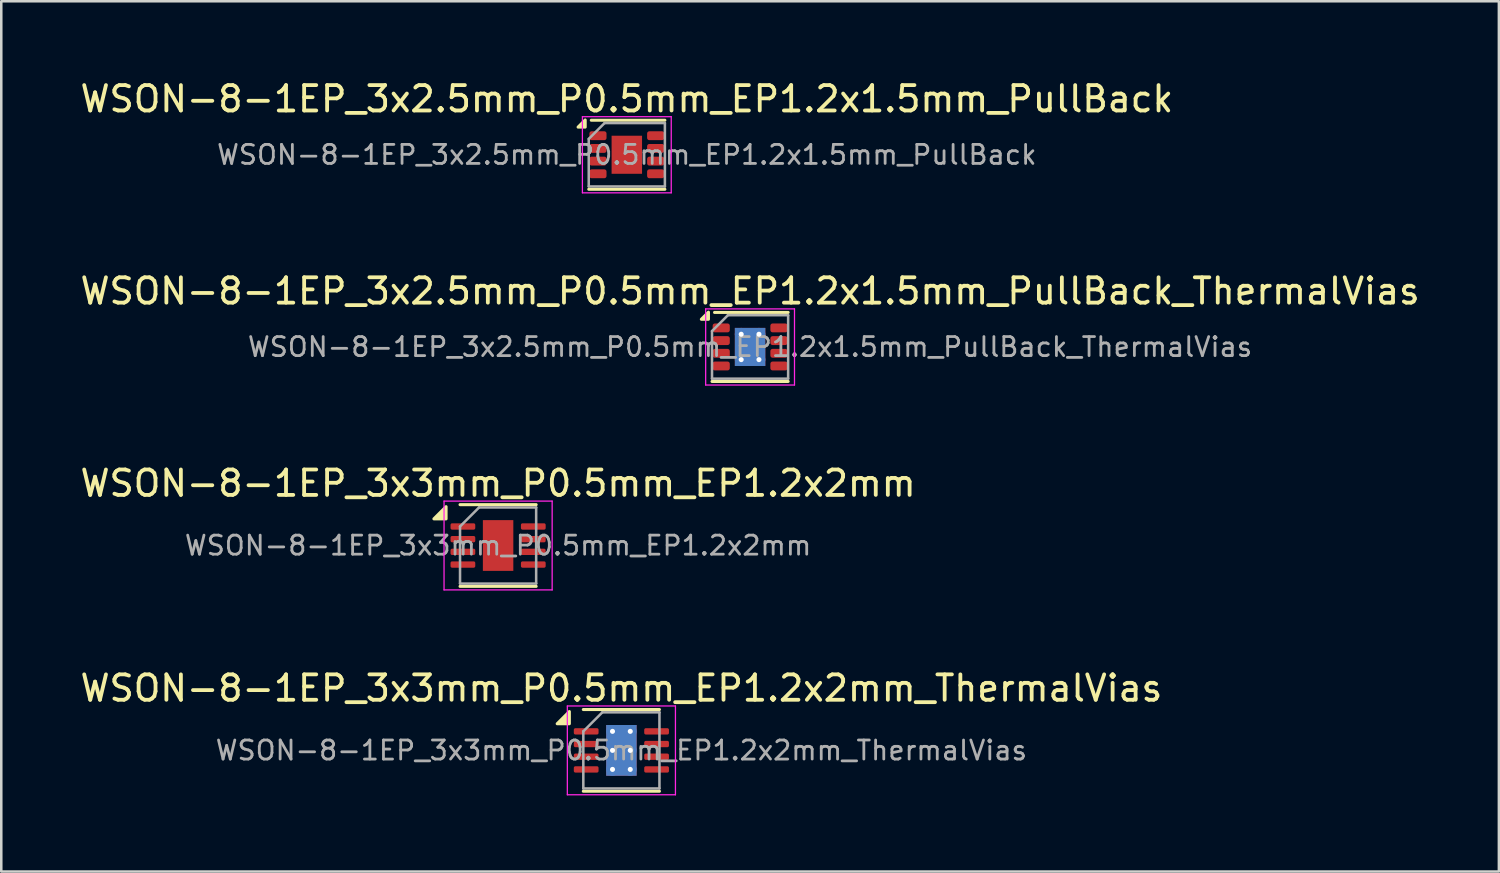
<source format=kicad_pcb>
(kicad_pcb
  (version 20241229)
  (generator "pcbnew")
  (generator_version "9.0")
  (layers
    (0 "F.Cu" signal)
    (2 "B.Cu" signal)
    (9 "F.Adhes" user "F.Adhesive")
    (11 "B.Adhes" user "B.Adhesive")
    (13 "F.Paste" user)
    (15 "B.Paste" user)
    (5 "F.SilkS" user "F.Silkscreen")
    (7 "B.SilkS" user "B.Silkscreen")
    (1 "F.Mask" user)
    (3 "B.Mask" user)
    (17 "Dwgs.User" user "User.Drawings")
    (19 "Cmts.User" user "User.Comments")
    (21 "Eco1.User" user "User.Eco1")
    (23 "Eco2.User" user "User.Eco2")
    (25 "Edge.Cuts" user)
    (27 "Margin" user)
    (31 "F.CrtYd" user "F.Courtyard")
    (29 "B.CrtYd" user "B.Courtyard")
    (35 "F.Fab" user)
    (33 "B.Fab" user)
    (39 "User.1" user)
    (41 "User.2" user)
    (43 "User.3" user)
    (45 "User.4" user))
  (footprint "WSON-8-1EP_3x3mm_P0.5mm_EP1.2x2mm"
    (layer "F.Cu")
    (at 16.577 18.445)
    (property "Reference" "WSON-8-1EP_3x3mm_P0.5mm_EP1.2x2mm" (at 0 -2.45 0) (layer "F.SilkS") (effects (font (size 1 1) (thickness 0.15))))
    (attr smd)
    (fp_line (start -1.5 -1.61) (end 1.5 -1.61) (stroke (width 0.12) (type solid)) (layer "F.SilkS"))
    (fp_line (start -1.5 1.61) (end 1.5 1.61) (stroke (width 0.12) (type solid)) (layer "F.SilkS"))
    (fp_poly (pts (xy -2.05 -1.05) (xy -2.53 -1.05) (xy -2.05 -1.53) (xy -2.05 -1.05)) (stroke (width 0.12) (type solid)) (fill yes) (layer "F.SilkS"))
    (fp_line (start -2.13 -1.75) (end -2.13 1.75) (stroke (width 0.05) (type solid)) (layer "F.CrtYd"))
    (fp_line (start -2.13 1.75) (end 2.13 1.75) (stroke (width 0.05) (type solid)) (layer "F.CrtYd"))
    (fp_line (start 2.13 -1.75) (end -2.13 -1.75) (stroke (width 0.05) (type solid)) (layer "F.CrtYd"))
    (fp_line (start 2.13 1.75) (end 2.13 -1.75) (stroke (width 0.05) (type solid)) (layer "F.CrtYd"))
    (fp_line (start -1.5 -0.75) (end -0.75 -1.5) (stroke (width 0.1) (type solid)) (layer "F.Fab"))
    (fp_line (start -1.5 1.5) (end -1.5 -0.75) (stroke (width 0.1) (type solid)) (layer "F.Fab"))
    (fp_line (start -0.75 -1.5) (end 1.5 -1.5) (stroke (width 0.1) (type solid)) (layer "F.Fab"))
    (fp_line (start 1.5 -1.5) (end 1.5 1.5) (stroke (width 0.1) (type solid)) (layer "F.Fab"))
    (fp_line (start 1.5 1.5) (end -1.5 1.5) (stroke (width 0.1) (type solid)) (layer "F.Fab"))
    (fp_text user "${REFERENCE}" (at 0 0 0) (layer "F.Fab") (effects (font (size 0.75 0.75) (thickness 0.11))))
    (pad "" smd roundrect (at 0 -0.5) (size 0.97 0.81) (layers "F.Paste") (roundrect_rratio 0.25))
    (pad "" smd roundrect (at 0 0.5) (size 0.97 0.81) (layers "F.Paste") (roundrect_rratio 0.25))
    (pad "1" smd roundrect (at -1.387 -0.75) (size 0.975 0.25) (layers "F.Cu" "F.Mask" "F.Paste") (roundrect_rratio 0.25))
    (pad "2" smd roundrect (at -1.387 -0.25) (size 0.975 0.25) (layers "F.Cu" "F.Mask" "F.Paste") (roundrect_rratio 0.25))
    (pad "3" smd roundrect (at -1.387 0.25) (size 0.975 0.25) (layers "F.Cu" "F.Mask" "F.Paste") (roundrect_rratio 0.25))
    (pad "4" smd roundrect (at -1.387 0.75) (size 0.975 0.25) (layers "F.Cu" "F.Mask" "F.Paste") (roundrect_rratio 0.25))
    (pad "5" smd roundrect (at 1.387 0.75) (size 0.975 0.25) (layers "F.Cu" "F.Mask" "F.Paste") (roundrect_rratio 0.25))
    (pad "6" smd roundrect (at 1.387 0.25) (size 0.975 0.25) (layers "F.Cu" "F.Mask" "F.Paste") (roundrect_rratio 0.25))
    (pad "7" smd roundrect (at 1.387 -0.25) (size 0.975 0.25) (layers "F.Cu" "F.Mask" "F.Paste") (roundrect_rratio 0.25))
    (pad "8" smd roundrect (at 1.387 -0.75) (size 0.975 0.25) (layers "F.Cu" "F.Mask" "F.Paste") (roundrect_rratio 0.25))
    (pad "9" smd rect (at 0 0) (size 1.2 2) (property pad_prop_heatsink) (layers "F.Cu" "F.Mask")))
  (footprint "WSON-8-1EP_3x2.5mm_P0.5mm_EP1.2x1.5mm_PullBack"
    (layer "F.Cu")
    (at 21.649 3.048)
    (property "Reference" "WSON-8-1EP_3x2.5mm_P0.5mm_EP1.2x1.5mm_PullBack" (at 0 -2.2 0) (layer "F.SilkS") (effects (font (size 1 1) (thickness 0.15))))
    (attr smd)
    (fp_line (start -1.5 1.36) (end 1.5 1.36) (stroke (width 0.12) (type solid)) (layer "F.SilkS"))
    (fp_line (start -1.4 -1.36) (end 1.5 -1.36) (stroke (width 0.12) (type solid)) (layer "F.SilkS"))
    (fp_poly (pts (xy -1.64 -1.09) (xy -1.92 -1.09) (xy -1.64 -1.37) (xy -1.64 -1.09)) (stroke (width 0.12) (type solid)) (fill yes) (layer "F.SilkS"))
    (fp_line (start -1.75 -1.5) (end -1.75 1.5) (stroke (width 0.05) (type solid)) (layer "F.CrtYd"))
    (fp_line (start -1.75 1.5) (end 1.75 1.5) (stroke (width 0.05) (type solid)) (layer "F.CrtYd"))
    (fp_line (start 1.75 -1.5) (end -1.75 -1.5) (stroke (width 0.05) (type solid)) (layer "F.CrtYd"))
    (fp_line (start 1.75 1.5) (end 1.75 -1.5) (stroke (width 0.05) (type solid)) (layer "F.CrtYd"))
    (fp_line (start -1.5 -0.625) (end -0.875 -1.25) (stroke (width 0.1) (type solid)) (layer "F.Fab"))
    (fp_line (start -1.5 1.25) (end -1.5 -0.625) (stroke (width 0.1) (type solid)) (layer "F.Fab"))
    (fp_line (start -0.875 -1.25) (end 1.5 -1.25) (stroke (width 0.1) (type solid)) (layer "F.Fab"))
    (fp_line (start 1.5 -1.25) (end 1.5 1.25) (stroke (width 0.1) (type solid)) (layer "F.Fab"))
    (fp_line (start 1.5 1.25) (end -1.5 1.25) (stroke (width 0.1) (type solid)) (layer "F.Fab"))
    (fp_text user "${REFERENCE}" (at 0 0 0) (layer "F.Fab") (effects (font (size 0.75 0.75) (thickness 0.11))))
    (pad "" smd roundrect (at -0.3 -0.375) (size 0.48 0.6) (layers "F.Paste") (roundrect_rratio 0.25))
    (pad "" smd roundrect (at -0.3 0.375) (size 0.48 0.6) (layers "F.Paste") (roundrect_rratio 0.25))
    (pad "" smd roundrect (at 0.3 -0.375) (size 0.48 0.6) (layers "F.Paste") (roundrect_rratio 0.25))
    (pad "" smd roundrect (at 0.3 0.375) (size 0.48 0.6) (layers "F.Paste") (roundrect_rratio 0.25))
    (pad "1" smd roundrect (at -1.137 -0.75) (size 0.675 0.35) (layers "F.Cu" "F.Mask" "F.Paste") (roundrect_rratio 0.25))
    (pad "2" smd roundrect (at -1.137 -0.25) (size 0.675 0.35) (layers "F.Cu" "F.Mask" "F.Paste") (roundrect_rratio 0.25))
    (pad "3" smd roundrect (at -1.137 0.25) (size 0.675 0.35) (layers "F.Cu" "F.Mask" "F.Paste") (roundrect_rratio 0.25))
    (pad "4" smd roundrect (at -1.137 0.75) (size 0.675 0.35) (layers "F.Cu" "F.Mask" "F.Paste") (roundrect_rratio 0.25))
    (pad "5" smd roundrect (at 1.137 0.75) (size 0.675 0.35) (layers "F.Cu" "F.Mask" "F.Paste") (roundrect_rratio 0.25))
    (pad "6" smd roundrect (at 1.137 0.25) (size 0.675 0.35) (layers "F.Cu" "F.Mask" "F.Paste") (roundrect_rratio 0.25))
    (pad "7" smd roundrect (at 1.137 -0.25) (size 0.675 0.35) (layers "F.Cu" "F.Mask" "F.Paste") (roundrect_rratio 0.25))
    (pad "8" smd roundrect (at 1.137 -0.75) (size 0.675 0.35) (layers "F.Cu" "F.Mask" "F.Paste") (roundrect_rratio 0.25))
    (pad "9" smd rect (at 0 0) (size 1.2 1.5) (property pad_prop_heatsink) (layers "F.Cu" "F.Mask")))
  (footprint "WSON-8-1EP_3x2.5mm_P0.5mm_EP1.2x1.5mm_PullBack_ThermalVias"
    (layer "F.Cu")
    (at 26.506 10.621)
    (property "Reference" "WSON-8-1EP_3x2.5mm_P0.5mm_EP1.2x1.5mm_PullBack_ThermalVias" (at 0 -2.2 0) (layer "F.SilkS") (effects (font (size 1 1) (thickness 0.15))))
    (attr smd)
    (fp_line (start -1.5 1.36) (end 1.5 1.36) (stroke (width 0.12) (type solid)) (layer "F.SilkS"))
    (fp_line (start -1.4 -1.36) (end 1.5 -1.36) (stroke (width 0.12) (type solid)) (layer "F.SilkS"))
    (fp_poly (pts (xy -1.64 -1.09) (xy -1.92 -1.09) (xy -1.64 -1.37) (xy -1.64 -1.09)) (stroke (width 0.12) (type solid)) (fill yes) (layer "F.SilkS"))
    (fp_line (start -1.75 -1.5) (end -1.75 1.5) (stroke (width 0.05) (type solid)) (layer "F.CrtYd"))
    (fp_line (start -1.75 1.5) (end 1.75 1.5) (stroke (width 0.05) (type solid)) (layer "F.CrtYd"))
    (fp_line (start 1.75 -1.5) (end -1.75 -1.5) (stroke (width 0.05) (type solid)) (layer "F.CrtYd"))
    (fp_line (start 1.75 1.5) (end 1.75 -1.5) (stroke (width 0.05) (type solid)) (layer "F.CrtYd"))
    (fp_line (start -1.5 -0.625) (end -0.875 -1.25) (stroke (width 0.1) (type solid)) (layer "F.Fab"))
    (fp_line (start -1.5 1.25) (end -1.5 -0.625) (stroke (width 0.1) (type solid)) (layer "F.Fab"))
    (fp_line (start -0.875 -1.25) (end 1.5 -1.25) (stroke (width 0.1) (type solid)) (layer "F.Fab"))
    (fp_line (start 1.5 -1.25) (end 1.5 1.25) (stroke (width 0.1) (type solid)) (layer "F.Fab"))
    (fp_line (start 1.5 1.25) (end -1.5 1.25) (stroke (width 0.1) (type solid)) (layer "F.Fab"))
    (fp_text user "${REFERENCE}" (at 0 0 0) (layer "F.Fab") (effects (font (size 0.75 0.75) (thickness 0.11))))
    (pad "" smd roundrect (at -0.3 -0.375) (size 0.52 0.65) (layers "F.Paste") (roundrect_rratio 0.25))
    (pad "" smd roundrect (at -0.3 0.375) (size 0.52 0.65) (layers "F.Paste") (roundrect_rratio 0.25))
    (pad "" smd roundrect (at 0.3 -0.375) (size 0.52 0.65) (layers "F.Paste") (roundrect_rratio 0.25))
    (pad "" smd roundrect (at 0.3 0.375) (size 0.52 0.65) (layers "F.Paste") (roundrect_rratio 0.25))
    (pad "1" smd roundrect (at -1.137 -0.75) (size 0.675 0.35) (layers "F.Cu" "F.Mask" "F.Paste") (roundrect_rratio 0.25))
    (pad "2" smd roundrect (at -1.137 -0.25) (size 0.675 0.35) (layers "F.Cu" "F.Mask" "F.Paste") (roundrect_rratio 0.25))
    (pad "3" smd roundrect (at -1.137 0.25) (size 0.675 0.35) (layers "F.Cu" "F.Mask" "F.Paste") (roundrect_rratio 0.25))
    (pad "4" smd roundrect (at -1.137 0.75) (size 0.675 0.35) (layers "F.Cu" "F.Mask" "F.Paste") (roundrect_rratio 0.25))
    (pad "5" smd roundrect (at 1.137 0.75) (size 0.675 0.35) (layers "F.Cu" "F.Mask" "F.Paste") (roundrect_rratio 0.25))
    (pad "6" smd roundrect (at 1.137 0.25) (size 0.675 0.35) (layers "F.Cu" "F.Mask" "F.Paste") (roundrect_rratio 0.25))
    (pad "7" smd roundrect (at 1.137 -0.25) (size 0.675 0.35) (layers "F.Cu" "F.Mask" "F.Paste") (roundrect_rratio 0.25))
    (pad "8" smd roundrect (at 1.137 -0.75) (size 0.675 0.35) (layers "F.Cu" "F.Mask" "F.Paste") (roundrect_rratio 0.25))
    (pad "9" thru_hole circle (at -0.35 -0.5) (size 0.5 0.5) (drill 0.2) (property pad_prop_heatsink) (layers "*.Cu"))
    (pad "9" thru_hole circle (at -0.35 0.5) (size 0.5 0.5) (drill 0.2) (property pad_prop_heatsink) (layers "*.Cu"))
    (pad "9" smd rect (at 0 0) (size 1.2 1.5) (property pad_prop_heatsink) (layers "F.Cu" "F.Mask"))
    (pad "9" smd rect (at 0 0) (size 1.2 1.5) (property pad_prop_heatsink) (layers "B.Cu"))
    (pad "9" thru_hole circle (at 0.35 -0.5) (size 0.5 0.5) (drill 0.2) (property pad_prop_heatsink) (layers "*.Cu"))
    (pad "9" thru_hole circle (at 0.35 0.5) (size 0.5 0.5) (drill 0.2) (property pad_prop_heatsink) (layers "*.Cu")))
  (footprint "WSON-8-1EP_3x3mm_P0.5mm_EP1.2x2mm_ThermalVias"
    (layer "F.Cu")
    (at 21.435 26.518)
    (property "Reference" "WSON-8-1EP_3x3mm_P0.5mm_EP1.2x2mm_ThermalVias" (at 0 -2.45 0) (layer "F.SilkS") (effects (font (size 1 1) (thickness 0.15))))
    (attr smd)
    (fp_line (start -1.5 -1.61) (end 1.5 -1.61) (stroke (width 0.12) (type solid)) (layer "F.SilkS"))
    (fp_line (start -1.5 1.61) (end 1.5 1.61) (stroke (width 0.12) (type solid)) (layer "F.SilkS"))
    (fp_poly (pts (xy -2.05 -1.05) (xy -2.53 -1.05) (xy -2.05 -1.53) (xy -2.05 -1.05)) (stroke (width 0.12) (type solid)) (fill yes) (layer "F.SilkS"))
    (fp_line (start -2.13 -1.75) (end -2.13 1.75) (stroke (width 0.05) (type solid)) (layer "F.CrtYd"))
    (fp_line (start -2.13 1.75) (end 2.13 1.75) (stroke (width 0.05) (type solid)) (layer "F.CrtYd"))
    (fp_line (start 2.13 -1.75) (end -2.13 -1.75) (stroke (width 0.05) (type solid)) (layer "F.CrtYd"))
    (fp_line (start 2.13 1.75) (end 2.13 -1.75) (stroke (width 0.05) (type solid)) (layer "F.CrtYd"))
    (fp_line (start -1.5 -0.75) (end -0.75 -1.5) (stroke (width 0.1) (type solid)) (layer "F.Fab"))
    (fp_line (start -1.5 1.5) (end -1.5 -0.75) (stroke (width 0.1) (type solid)) (layer "F.Fab"))
    (fp_line (start -0.75 -1.5) (end 1.5 -1.5) (stroke (width 0.1) (type solid)) (layer "F.Fab"))
    (fp_line (start 1.5 -1.5) (end 1.5 1.5) (stroke (width 0.1) (type solid)) (layer "F.Fab"))
    (fp_line (start 1.5 1.5) (end -1.5 1.5) (stroke (width 0.1) (type solid)) (layer "F.Fab"))
    (fp_text user "${REFERENCE}" (at 0 0 0) (layer "F.Fab") (effects (font (size 0.75 0.75) (thickness 0.11))))
    (pad "" smd roundrect (at 0 -0.5) (size 1.04 0.87) (layers "F.Paste") (roundrect_rratio 0.25))
    (pad "" smd roundrect (at 0 0.5) (size 1.04 0.87) (layers "F.Paste") (roundrect_rratio 0.25))
    (pad "1" smd roundrect (at -1.387 -0.75) (size 0.975 0.25) (layers "F.Cu" "F.Mask" "F.Paste") (roundrect_rratio 0.25))
    (pad "2" smd roundrect (at -1.387 -0.25) (size 0.975 0.25) (layers "F.Cu" "F.Mask" "F.Paste") (roundrect_rratio 0.25))
    (pad "3" smd roundrect (at -1.387 0.25) (size 0.975 0.25) (layers "F.Cu" "F.Mask" "F.Paste") (roundrect_rratio 0.25))
    (pad "4" smd roundrect (at -1.387 0.75) (size 0.975 0.25) (layers "F.Cu" "F.Mask" "F.Paste") (roundrect_rratio 0.25))
    (pad "5" smd roundrect (at 1.387 0.75) (size 0.975 0.25) (layers "F.Cu" "F.Mask" "F.Paste") (roundrect_rratio 0.25))
    (pad "6" smd roundrect (at 1.387 0.25) (size 0.975 0.25) (layers "F.Cu" "F.Mask" "F.Paste") (roundrect_rratio 0.25))
    (pad "7" smd roundrect (at 1.387 -0.25) (size 0.975 0.25) (layers "F.Cu" "F.Mask" "F.Paste") (roundrect_rratio 0.25))
    (pad "8" smd roundrect (at 1.387 -0.75) (size 0.975 0.25) (layers "F.Cu" "F.Mask" "F.Paste") (roundrect_rratio 0.25))
    (pad "9" thru_hole circle (at -0.35 -0.75) (size 0.5 0.5) (drill 0.2) (property pad_prop_heatsink) (layers "*.Cu"))
    (pad "9" thru_hole circle (at -0.35 0) (size 0.5 0.5) (drill 0.2) (property pad_prop_heatsink) (layers "*.Cu"))
    (pad "9" thru_hole circle (at -0.35 0.75) (size 0.5 0.5) (drill 0.2) (property pad_prop_heatsink) (layers "*.Cu"))
    (pad "9" smd rect (at 0 0) (size 1.2 2) (property pad_prop_heatsink) (layers "F.Cu" "F.Mask"))
    (pad "9" smd rect (at 0 0) (size 1.2 2) (property pad_prop_heatsink) (layers "B.Cu"))
    (pad "9" thru_hole circle (at 0.35 -0.75) (size 0.5 0.5) (drill 0.2) (property pad_prop_heatsink) (layers "*.Cu"))
    (pad "9" thru_hole circle (at 0.35 0) (size 0.5 0.5) (drill 0.2) (property pad_prop_heatsink) (layers "*.Cu"))
    (pad "9" thru_hole circle (at 0.35 0.75) (size 0.5 0.5) (drill 0.2) (property pad_prop_heatsink) (layers "*.Cu")))
  (gr_rect
    (start -3 -3)
    (end 56.012 31.293)
    (stroke (width 0.1) (type default))
    (fill no)
    (layer "Edge.Cuts")))
</source>
